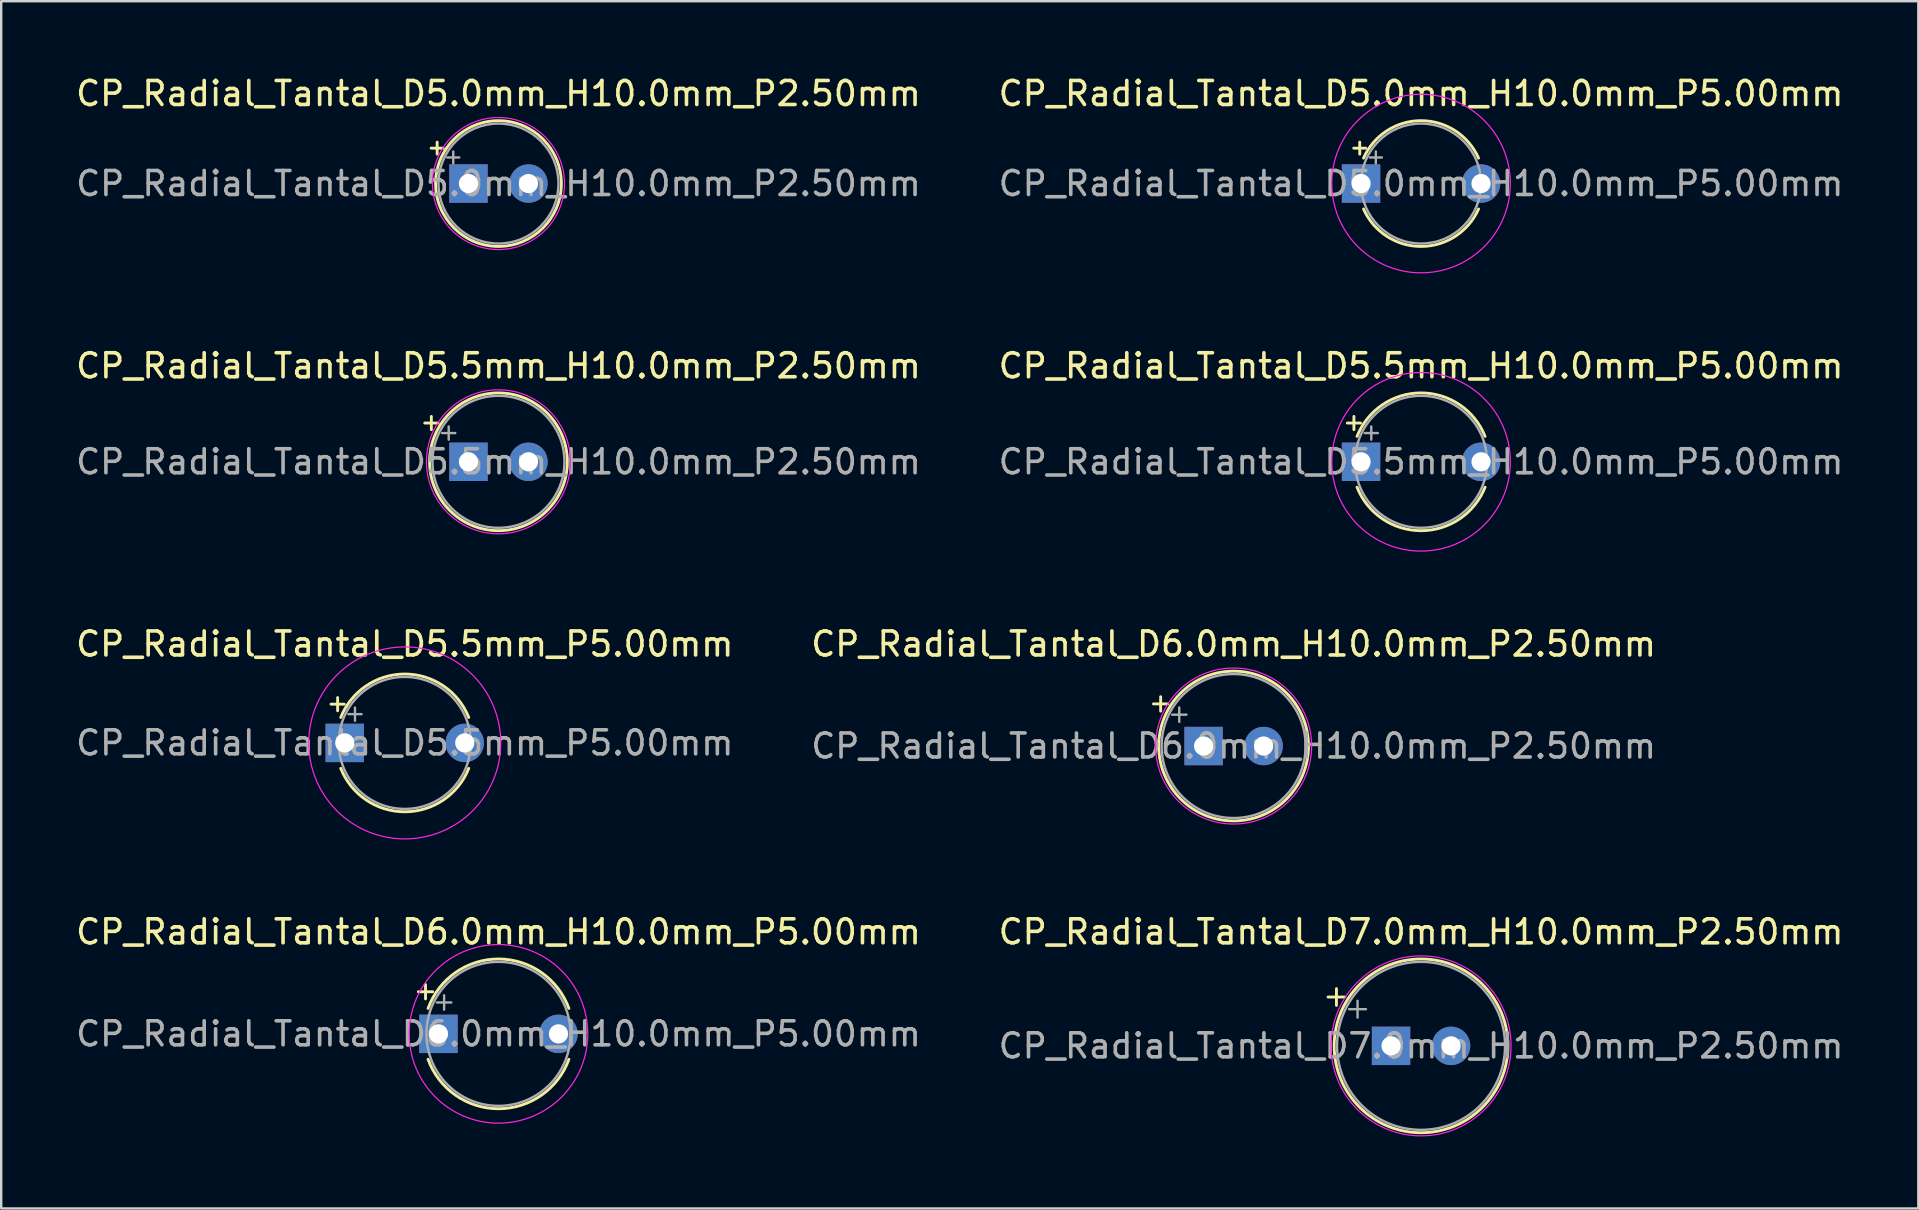
<source format=kicad_pcb>
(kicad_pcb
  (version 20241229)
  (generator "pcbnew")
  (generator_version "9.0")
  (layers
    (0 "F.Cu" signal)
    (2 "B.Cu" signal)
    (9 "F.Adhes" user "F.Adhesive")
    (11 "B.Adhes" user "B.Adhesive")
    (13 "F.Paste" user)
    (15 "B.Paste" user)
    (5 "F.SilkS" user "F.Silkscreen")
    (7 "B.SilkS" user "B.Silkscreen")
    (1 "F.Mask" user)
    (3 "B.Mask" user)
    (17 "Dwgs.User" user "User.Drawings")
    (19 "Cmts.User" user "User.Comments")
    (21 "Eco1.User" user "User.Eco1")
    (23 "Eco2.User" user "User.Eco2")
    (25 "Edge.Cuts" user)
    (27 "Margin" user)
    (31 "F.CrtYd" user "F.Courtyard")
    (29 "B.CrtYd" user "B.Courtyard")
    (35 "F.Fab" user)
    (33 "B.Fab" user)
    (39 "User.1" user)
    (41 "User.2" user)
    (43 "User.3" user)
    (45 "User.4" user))
  (footprint "CP_Radial_Tantal_D5.0mm_H10.0mm_P5.00mm"
    (layer "F.Cu")
    (at 53.661 4.598)
    (property "Reference" "CP_Radial_Tantal_D5.0mm_H10.0mm_P5.00mm" (at 2.5 -3.75 0) (layer "F.SilkS") (effects (font (size 1 1) (thickness 0.15))))
    (attr through_hole)
    (fp_line (start -0.305 -1.475) (end 0.195 -1.475) (stroke (width 0.12) (type solid)) (layer "F.SilkS"))
    (fp_line (start -0.055 -1.725) (end -0.055 -1.225) (stroke (width 0.12) (type solid)) (layer "F.SilkS"))
    (fp_arc (start 0.104003 -1.06) (mid 2.5 -2.62) (end 4.895997 -1.06) (stroke (width 0.12) (type solid)) (layer "F.SilkS"))
    (fp_arc (start 4.895997 1.06) (mid 2.5 2.62) (end 0.104003 1.06) (stroke (width 0.12) (type solid)) (layer "F.SilkS"))
    (fp_circle (center 2.5 0) (end 6.22 0) (stroke (width 0.05) (type solid)) (fill no) (layer "F.CrtYd"))
    (fp_line (start 0.366 -1.087) (end 0.866 -1.087) (stroke (width 0.1) (type solid)) (layer "F.Fab"))
    (fp_line (start 0.616 -1.337) (end 0.616 -0.838) (stroke (width 0.1) (type solid)) (layer "F.Fab"))
    (fp_circle (center 2.5 0) (end 5 0) (stroke (width 0.1) (type solid)) (fill no) (layer "F.Fab"))
    (fp_text user "${REFERENCE}" (at 2.5 0 0) (layer "F.Fab") (effects (font (size 1 1) (thickness 0.15))))
    (pad "1" thru_hole rect (at 0 0) (size 1.6 1.6) (drill 0.8) (layers "*.Cu" "*.Mask"))
    (pad "2" thru_hole circle (at 5 0) (size 1.6 1.6) (drill 0.8) (layers "*.Cu" "*.Mask")))
  (footprint "CP_Radial_Tantal_D5.5mm_H10.0mm_P5.00mm"
    (layer "F.Cu")
    (at 53.661 16.192)
    (property "Reference" "CP_Radial_Tantal_D5.5mm_H10.0mm_P5.00mm" (at 2.5 -4 0) (layer "F.SilkS") (effects (font (size 1 1) (thickness 0.15))))
    (attr through_hole)
    (fp_line (start -0.572 -1.615) (end -0.022 -1.615) (stroke (width 0.12) (type solid)) (layer "F.SilkS"))
    (fp_line (start -0.297 -1.89) (end -0.297 -1.34) (stroke (width 0.12) (type solid)) (layer "F.SilkS"))
    (fp_arc (start -0.167077 -1.06) (mid 2.5 -2.87) (end 5.167077 -1.06) (stroke (width 0.12) (type solid)) (layer "F.SilkS"))
    (fp_arc (start 5.167077 1.06) (mid 2.5 2.87) (end -0.167077 1.06) (stroke (width 0.12) (type solid)) (layer "F.SilkS"))
    (fp_circle (center 2.5 0) (end 6.22 0) (stroke (width 0.05) (type solid)) (fill no) (layer "F.CrtYd"))
    (fp_line (start 0.151 -1.198) (end 0.701 -1.198) (stroke (width 0.1) (type solid)) (layer "F.Fab"))
    (fp_line (start 0.426 -1.472) (end 0.426 -0.922) (stroke (width 0.1) (type solid)) (layer "F.Fab"))
    (fp_circle (center 2.5 0) (end 5.25 0) (stroke (width 0.1) (type solid)) (fill no) (layer "F.Fab"))
    (fp_text user "${REFERENCE}" (at 2.5 0 0) (layer "F.Fab") (effects (font (size 1 1) (thickness 0.15))))
    (pad "1" thru_hole rect (at 0 0) (size 1.6 1.6) (drill 0.8) (layers "*.Cu" "*.Mask"))
    (pad "2" thru_hole circle (at 5 0) (size 1.6 1.6) (drill 0.8) (layers "*.Cu" "*.Mask")))
  (footprint "CP_Radial_Tantal_D5.5mm_P5.00mm"
    (layer "F.Cu")
    (at 11.315 27.905)
    (property "Reference" "CP_Radial_Tantal_D5.5mm_P5.00mm" (at 2.5 -4.12 0) (layer "F.SilkS") (effects (font (size 1 1) (thickness 0.15))))
    (attr through_hole)
    (fp_line (start -0.572 -1.615) (end -0.022 -1.615) (stroke (width 0.12) (type solid)) (layer "F.SilkS"))
    (fp_line (start -0.297 -1.89) (end -0.297 -1.34) (stroke (width 0.12) (type solid)) (layer "F.SilkS"))
    (fp_arc (start -0.167077 -1.06) (mid 2.5 -2.87) (end 5.167077 -1.06) (stroke (width 0.12) (type solid)) (layer "F.SilkS"))
    (fp_arc (start 5.167077 1.06) (mid 2.5 2.87) (end -0.167077 1.06) (stroke (width 0.12) (type solid)) (layer "F.SilkS"))
    (fp_circle (center 2.5 0) (end 6.5 0) (stroke (width 0.05) (type solid)) (fill no) (layer "F.CrtYd"))
    (fp_line (start 0.151 -1.198) (end 0.701 -1.198) (stroke (width 0.1) (type solid)) (layer "F.Fab"))
    (fp_line (start 0.426 -1.472) (end 0.426 -0.922) (stroke (width 0.1) (type solid)) (layer "F.Fab"))
    (fp_circle (center 2.5 0) (end 5.25 0) (stroke (width 0.1) (type solid)) (fill no) (layer "F.Fab"))
    (fp_text user "${REFERENCE}" (at 2.5 0 0) (layer "F.Fab") (effects (font (size 1 1) (thickness 0.15))))
    (pad "1" thru_hole rect (at 0 0) (size 1.6 1.6) (drill 0.8) (layers "*.Cu" "*.Mask"))
    (pad "2" thru_hole circle (at 5 0) (size 1.6 1.6) (drill 0.8) (layers "*.Cu" "*.Mask")))
  (footprint "CP_Radial_Tantal_D5.0mm_H10.0mm_P2.50mm"
    (layer "F.Cu")
    (at 16.47 4.598)
    (property "Reference" "CP_Radial_Tantal_D5.0mm_H10.0mm_P2.50mm" (at 1.25 -3.75 0) (layer "F.SilkS") (effects (font (size 1 1) (thickness 0.15))))
    (attr through_hole)
    (fp_line (start -1.555 -1.475) (end -1.055 -1.475) (stroke (width 0.12) (type solid)) (layer "F.SilkS"))
    (fp_line (start -1.305 -1.725) (end -1.305 -1.225) (stroke (width 0.12) (type solid)) (layer "F.SilkS"))
    (fp_circle (center 1.25 0) (end 3.87 0) (stroke (width 0.12) (type solid)) (fill no) (layer "F.SilkS"))
    (fp_circle (center 1.25 0) (end 4 0) (stroke (width 0.05) (type solid)) (fill no) (layer "F.CrtYd"))
    (fp_line (start -0.884 -1.087) (end -0.384 -1.087) (stroke (width 0.1) (type solid)) (layer "F.Fab"))
    (fp_line (start -0.634 -1.337) (end -0.634 -0.838) (stroke (width 0.1) (type solid)) (layer "F.Fab"))
    (fp_circle (center 1.25 0) (end 3.75 0) (stroke (width 0.1) (type solid)) (fill no) (layer "F.Fab"))
    (fp_text user "${REFERENCE}" (at 1.25 0 0) (layer "F.Fab") (effects (font (size 1 1) (thickness 0.15))))
    (pad "1" thru_hole rect (at 0 0) (size 1.6 1.6) (drill 0.8) (layers "*.Cu" "*.Mask"))
    (pad "2" thru_hole circle (at 2.5 0) (size 1.6 1.6) (drill 0.8) (layers "*.Cu" "*.Mask")))
  (footprint "CP_Radial_Tantal_D7.0mm_H10.0mm_P2.50mm"
    (layer "F.Cu")
    (at 54.911 40.528)
    (property "Reference" "CP_Radial_Tantal_D7.0mm_H10.0mm_P2.50mm" (at 1.25 -4.75 0) (layer "F.SilkS") (effects (font (size 1 1) (thickness 0.15))))
    (attr through_hole)
    (fp_line (start -2.625 -2.035) (end -1.925 -2.035) (stroke (width 0.12) (type solid)) (layer "F.SilkS"))
    (fp_line (start -2.275 -2.385) (end -2.275 -1.685) (stroke (width 0.12) (type solid)) (layer "F.SilkS"))
    (fp_circle (center 1.25 0) (end 4.87 0) (stroke (width 0.12) (type solid)) (fill no) (layer "F.SilkS"))
    (fp_circle (center 1.25 0) (end 5 0) (stroke (width 0.05) (type solid)) (fill no) (layer "F.CrtYd"))
    (fp_line (start -1.746 -1.528) (end -1.046 -1.528) (stroke (width 0.1) (type solid)) (layer "F.Fab"))
    (fp_line (start -1.396 -1.877) (end -1.396 -1.177) (stroke (width 0.1) (type solid)) (layer "F.Fab"))
    (fp_circle (center 1.25 0) (end 4.75 0) (stroke (width 0.1) (type solid)) (fill no) (layer "F.Fab"))
    (fp_text user "${REFERENCE}" (at 1.25 0 0) (layer "F.Fab") (effects (font (size 1 1) (thickness 0.15))))
    (pad "1" thru_hole rect (at 0 0) (size 1.6 1.6) (drill 0.8) (layers "*.Cu" "*.Mask"))
    (pad "2" thru_hole circle (at 2.5 0) (size 1.6 1.6) (drill 0.8) (layers "*.Cu" "*.Mask")))
  (footprint "CP_Radial_Tantal_D5.5mm_H10.0mm_P2.50mm"
    (layer "F.Cu")
    (at 16.47 16.192)
    (property "Reference" "CP_Radial_Tantal_D5.5mm_H10.0mm_P2.50mm" (at 1.25 -4 0) (layer "F.SilkS") (effects (font (size 1 1) (thickness 0.15))))
    (attr through_hole)
    (fp_line (start -1.822 -1.615) (end -1.272 -1.615) (stroke (width 0.12) (type solid)) (layer "F.SilkS"))
    (fp_line (start -1.547 -1.89) (end -1.547 -1.34) (stroke (width 0.12) (type solid)) (layer "F.SilkS"))
    (fp_circle (center 1.25 0) (end 4.12 0) (stroke (width 0.12) (type solid)) (fill no) (layer "F.SilkS"))
    (fp_circle (center 1.25 0) (end 4.25 0) (stroke (width 0.05) (type solid)) (fill no) (layer "F.CrtYd"))
    (fp_line (start -1.099 -1.198) (end -0.549 -1.198) (stroke (width 0.1) (type solid)) (layer "F.Fab"))
    (fp_line (start -0.824 -1.472) (end -0.824 -0.922) (stroke (width 0.1) (type solid)) (layer "F.Fab"))
    (fp_circle (center 1.25 0) (end 4 0) (stroke (width 0.1) (type solid)) (fill no) (layer "F.Fab"))
    (fp_text user "${REFERENCE}" (at 1.25 0 0) (layer "F.Fab") (effects (font (size 1 1) (thickness 0.15))))
    (pad "1" thru_hole rect (at 0 0) (size 1.6 1.6) (drill 0.8) (layers "*.Cu" "*.Mask"))
    (pad "2" thru_hole circle (at 2.5 0) (size 1.6 1.6) (drill 0.8) (layers "*.Cu" "*.Mask")))
  (footprint "CP_Radial_Tantal_D6.0mm_H10.0mm_P2.50mm"
    (layer "F.Cu")
    (at 47.101 28.035)
    (property "Reference" "CP_Radial_Tantal_D6.0mm_H10.0mm_P2.50mm" (at 1.25 -4.25 0) (layer "F.SilkS") (effects (font (size 1 1) (thickness 0.15))))
    (attr through_hole)
    (fp_line (start -2.09 -1.755) (end -1.49 -1.755) (stroke (width 0.12) (type solid)) (layer "F.SilkS"))
    (fp_line (start -1.79 -2.055) (end -1.79 -1.455) (stroke (width 0.12) (type solid)) (layer "F.SilkS"))
    (fp_circle (center 1.25 0) (end 4.37 0) (stroke (width 0.12) (type solid)) (fill no) (layer "F.SilkS"))
    (fp_circle (center 1.25 0) (end 4.5 0) (stroke (width 0.05) (type solid)) (fill no) (layer "F.CrtYd"))
    (fp_line (start -1.315 -1.308) (end -0.715 -1.308) (stroke (width 0.1) (type solid)) (layer "F.Fab"))
    (fp_line (start -1.015 -1.607) (end -1.015 -1.008) (stroke (width 0.1) (type solid)) (layer "F.Fab"))
    (fp_circle (center 1.25 0) (end 4.25 0) (stroke (width 0.1) (type solid)) (fill no) (layer "F.Fab"))
    (fp_text user "${REFERENCE}" (at 1.25 0 0) (layer "F.Fab") (effects (font (size 1 1) (thickness 0.15))))
    (pad "1" thru_hole rect (at 0 0) (size 1.6 1.6) (drill 0.8) (layers "*.Cu" "*.Mask"))
    (pad "2" thru_hole circle (at 2.5 0) (size 1.6 1.6) (drill 0.8) (layers "*.Cu" "*.Mask")))
  (footprint "CP_Radial_Tantal_D6.0mm_H10.0mm_P5.00mm"
    (layer "F.Cu")
    (at 15.22 40.028)
    (property "Reference" "CP_Radial_Tantal_D6.0mm_H10.0mm_P5.00mm" (at 2.5 -4.25 0) (layer "F.SilkS") (effects (font (size 1 1) (thickness 0.15))))
    (attr through_hole)
    (fp_line (start -0.84 -1.755) (end -0.24 -1.755) (stroke (width 0.12) (type solid)) (layer "F.SilkS"))
    (fp_line (start -0.54 -2.055) (end -0.54 -1.455) (stroke (width 0.12) (type solid)) (layer "F.SilkS"))
    (fp_arc (start -0.434416 -1.06) (mid 2.5 -3.12) (end 5.434416 -1.06) (stroke (width 0.12) (type solid)) (layer "F.SilkS"))
    (fp_arc (start 5.434416 1.06) (mid 2.5 3.12) (end -0.434416 1.06) (stroke (width 0.12) (type solid)) (layer "F.SilkS"))
    (fp_circle (center 2.5 0) (end 6.22 0) (stroke (width 0.05) (type solid)) (fill no) (layer "F.CrtYd"))
    (fp_line (start -0.065 -1.308) (end 0.535 -1.308) (stroke (width 0.1) (type solid)) (layer "F.Fab"))
    (fp_line (start 0.235 -1.607) (end 0.235 -1.008) (stroke (width 0.1) (type solid)) (layer "F.Fab"))
    (fp_circle (center 2.5 0) (end 5.5 0) (stroke (width 0.1) (type solid)) (fill no) (layer "F.Fab"))
    (fp_text user "${REFERENCE}" (at 2.5 0 0) (layer "F.Fab") (effects (font (size 1 1) (thickness 0.15))))
    (pad "1" thru_hole rect (at 0 0) (size 1.6 1.6) (drill 0.8) (layers "*.Cu" "*.Mask"))
    (pad "2" thru_hole circle (at 5 0) (size 1.6 1.6) (drill 0.8) (layers "*.Cu" "*.Mask")))
  (gr_rect
    (start -3 -3)
    (end 76.881 47.303)
    (stroke (width 0.1) (type default))
    (fill no)
    (layer "Edge.Cuts")))
</source>
